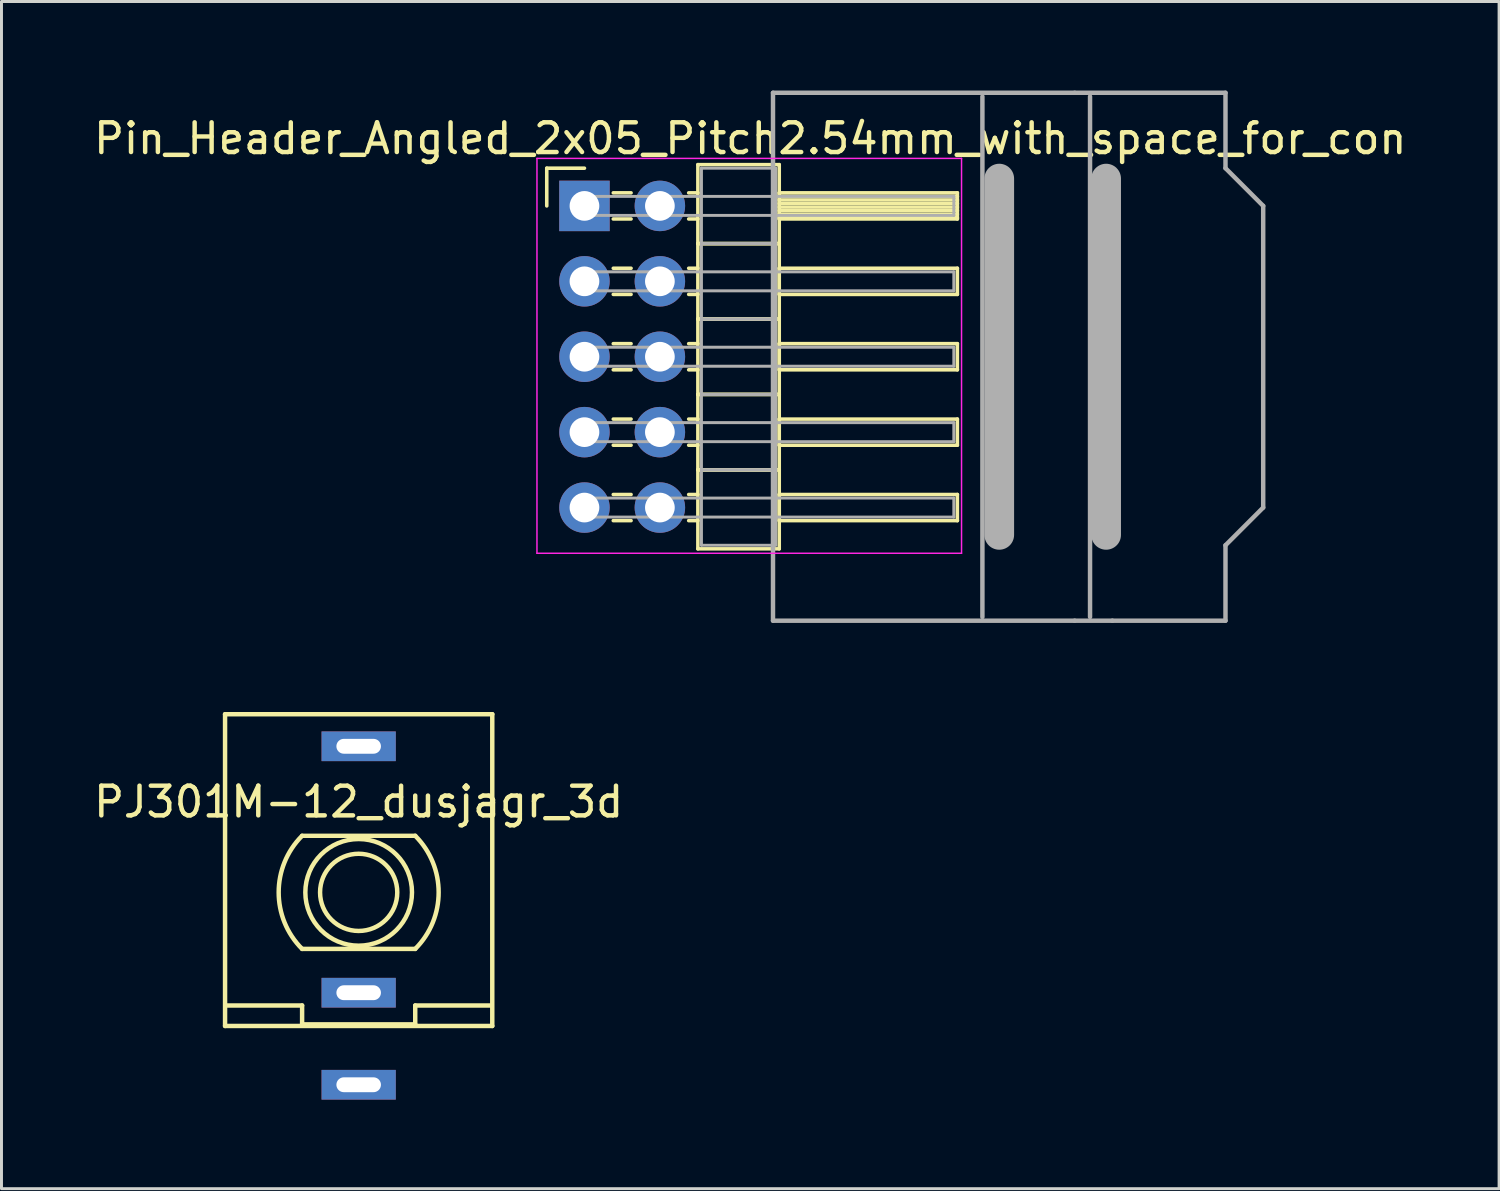
<source format=kicad_pcb>
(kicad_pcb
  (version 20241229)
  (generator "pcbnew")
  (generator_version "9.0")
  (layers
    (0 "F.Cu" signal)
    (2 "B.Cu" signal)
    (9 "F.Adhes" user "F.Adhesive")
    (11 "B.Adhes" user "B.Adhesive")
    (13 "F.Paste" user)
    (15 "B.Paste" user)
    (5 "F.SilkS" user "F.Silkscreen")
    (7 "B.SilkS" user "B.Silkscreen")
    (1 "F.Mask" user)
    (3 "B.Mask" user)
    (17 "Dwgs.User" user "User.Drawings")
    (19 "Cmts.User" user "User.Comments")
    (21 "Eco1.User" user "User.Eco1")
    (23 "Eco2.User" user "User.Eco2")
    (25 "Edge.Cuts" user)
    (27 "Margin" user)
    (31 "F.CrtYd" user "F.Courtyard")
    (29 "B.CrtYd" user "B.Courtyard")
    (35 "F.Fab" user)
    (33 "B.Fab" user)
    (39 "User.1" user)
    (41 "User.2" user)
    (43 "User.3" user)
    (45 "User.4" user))
  (footprint "Pin_Header_Angled_2x05_Pitch2.54mm_with_space_for_con"
    (layer "F.Cu")
    (at 17.905 8.965)
    (property "Reference" "Pin_Header_Angled_2x05_Pitch2.54mm_with_space_for_con" (at 4.315 -7.35 0) (layer "F.SilkS") (effects (font (size 1 1) (thickness 0.15))))
    (attr through_hole)
    (fp_line (start -2.54 -6.35) (end -1.27 -6.35) (stroke (width 0.12) (type solid)) (layer "F.SilkS"))
    (fp_line (start -2.54 -5.08) (end -2.54 -6.35) (stroke (width 0.12) (type solid)) (layer "F.SilkS"))
    (fp_line (start -0.3 -5.52) (end 0.3 -5.52) (stroke (width 0.12) (type solid)) (layer "F.SilkS"))
    (fp_line (start -0.3 -4.64) (end 0.3 -4.64) (stroke (width 0.12) (type solid)) (layer "F.SilkS"))
    (fp_line (start -0.3 -2.98) (end 0.3 -2.98) (stroke (width 0.12) (type solid)) (layer "F.SilkS"))
    (fp_line (start -0.3 -2.1) (end 0.3 -2.1) (stroke (width 0.12) (type solid)) (layer "F.SilkS"))
    (fp_line (start -0.3 -0.44) (end 0.3 -0.44) (stroke (width 0.12) (type solid)) (layer "F.SilkS"))
    (fp_line (start -0.3 0.44) (end 0.3 0.44) (stroke (width 0.12) (type solid)) (layer "F.SilkS"))
    (fp_line (start -0.3 2.1) (end 0.3 2.1) (stroke (width 0.12) (type solid)) (layer "F.SilkS"))
    (fp_line (start -0.3 2.98) (end 0.3 2.98) (stroke (width 0.12) (type solid)) (layer "F.SilkS"))
    (fp_line (start -0.3 4.64) (end 0.3 4.64) (stroke (width 0.12) (type solid)) (layer "F.SilkS"))
    (fp_line (start -0.3 5.52) (end 0.3 5.52) (stroke (width 0.12) (type solid)) (layer "F.SilkS"))
    (fp_line (start 2.24 -5.52) (end 2.55 -5.52) (stroke (width 0.12) (type solid)) (layer "F.SilkS"))
    (fp_line (start 2.24 -4.64) (end 2.55 -4.64) (stroke (width 0.12) (type solid)) (layer "F.SilkS"))
    (fp_line (start 2.24 -2.98) (end 2.55 -2.98) (stroke (width 0.12) (type solid)) (layer "F.SilkS"))
    (fp_line (start 2.24 -2.1) (end 2.55 -2.1) (stroke (width 0.12) (type solid)) (layer "F.SilkS"))
    (fp_line (start 2.24 -0.44) (end 2.55 -0.44) (stroke (width 0.12) (type solid)) (layer "F.SilkS"))
    (fp_line (start 2.24 0.44) (end 2.55 0.44) (stroke (width 0.12) (type solid)) (layer "F.SilkS"))
    (fp_line (start 2.24 2.1) (end 2.55 2.1) (stroke (width 0.12) (type solid)) (layer "F.SilkS"))
    (fp_line (start 2.24 2.98) (end 2.55 2.98) (stroke (width 0.12) (type solid)) (layer "F.SilkS"))
    (fp_line (start 2.24 4.64) (end 2.55 4.64) (stroke (width 0.12) (type solid)) (layer "F.SilkS"))
    (fp_line (start 2.24 5.52) (end 2.55 5.52) (stroke (width 0.12) (type solid)) (layer "F.SilkS"))
    (fp_line (start 2.55 -6.47) (end 2.55 -3.81) (stroke (width 0.12) (type solid)) (layer "F.SilkS"))
    (fp_line (start 2.55 -3.81) (end 2.55 -1.27) (stroke (width 0.12) (type solid)) (layer "F.SilkS"))
    (fp_line (start 2.55 -3.81) (end 5.29 -3.81) (stroke (width 0.12) (type solid)) (layer "F.SilkS"))
    (fp_line (start 2.55 -1.27) (end 2.55 1.27) (stroke (width 0.12) (type solid)) (layer "F.SilkS"))
    (fp_line (start 2.55 -1.27) (end 5.29 -1.27) (stroke (width 0.12) (type solid)) (layer "F.SilkS"))
    (fp_line (start 2.55 1.27) (end 2.55 3.81) (stroke (width 0.12) (type solid)) (layer "F.SilkS"))
    (fp_line (start 2.55 1.27) (end 5.29 1.27) (stroke (width 0.12) (type solid)) (layer "F.SilkS"))
    (fp_line (start 2.55 3.81) (end 2.55 6.47) (stroke (width 0.12) (type solid)) (layer "F.SilkS"))
    (fp_line (start 2.55 3.81) (end 5.29 3.81) (stroke (width 0.12) (type solid)) (layer "F.SilkS"))
    (fp_line (start 2.55 6.47) (end 5.29 6.47) (stroke (width 0.12) (type solid)) (layer "F.SilkS"))
    (fp_line (start 5.29 -6.47) (end 2.55 -6.47) (stroke (width 0.12) (type solid)) (layer "F.SilkS"))
    (fp_line (start 5.29 -5.52) (end 5.29 -4.64) (stroke (width 0.12) (type solid)) (layer "F.SilkS"))
    (fp_line (start 5.29 -5.4) (end 11.29 -5.4) (stroke (width 0.12) (type solid)) (layer "F.SilkS"))
    (fp_line (start 5.29 -5.28) (end 11.29 -5.28) (stroke (width 0.12) (type solid)) (layer "F.SilkS"))
    (fp_line (start 5.29 -5.16) (end 11.29 -5.16) (stroke (width 0.12) (type solid)) (layer "F.SilkS"))
    (fp_line (start 5.29 -5.04) (end 11.29 -5.04) (stroke (width 0.12) (type solid)) (layer "F.SilkS"))
    (fp_line (start 5.29 -4.92) (end 11.29 -4.92) (stroke (width 0.12) (type solid)) (layer "F.SilkS"))
    (fp_line (start 5.29 -4.8) (end 11.29 -4.8) (stroke (width 0.12) (type solid)) (layer "F.SilkS"))
    (fp_line (start 5.29 -4.68) (end 11.29 -4.68) (stroke (width 0.12) (type solid)) (layer "F.SilkS"))
    (fp_line (start 5.29 -4.64) (end 11.29 -4.64) (stroke (width 0.12) (type solid)) (layer "F.SilkS"))
    (fp_line (start 5.29 -3.81) (end 2.55 -3.81) (stroke (width 0.12) (type solid)) (layer "F.SilkS"))
    (fp_line (start 5.29 -3.81) (end 5.29 -6.47) (stroke (width 0.12) (type solid)) (layer "F.SilkS"))
    (fp_line (start 5.29 -2.98) (end 5.29 -2.1) (stroke (width 0.12) (type solid)) (layer "F.SilkS"))
    (fp_line (start 5.29 -2.1) (end 11.29 -2.1) (stroke (width 0.12) (type solid)) (layer "F.SilkS"))
    (fp_line (start 5.29 -1.27) (end 2.55 -1.27) (stroke (width 0.12) (type solid)) (layer "F.SilkS"))
    (fp_line (start 5.29 -1.27) (end 5.29 -3.81) (stroke (width 0.12) (type solid)) (layer "F.SilkS"))
    (fp_line (start 5.29 -0.44) (end 5.29 0.44) (stroke (width 0.12) (type solid)) (layer "F.SilkS"))
    (fp_line (start 5.29 0.44) (end 11.29 0.44) (stroke (width 0.12) (type solid)) (layer "F.SilkS"))
    (fp_line (start 5.29 1.27) (end 2.55 1.27) (stroke (width 0.12) (type solid)) (layer "F.SilkS"))
    (fp_line (start 5.29 1.27) (end 5.29 -1.27) (stroke (width 0.12) (type solid)) (layer "F.SilkS"))
    (fp_line (start 5.29 2.1) (end 5.29 2.98) (stroke (width 0.12) (type solid)) (layer "F.SilkS"))
    (fp_line (start 5.29 2.98) (end 11.29 2.98) (stroke (width 0.12) (type solid)) (layer "F.SilkS"))
    (fp_line (start 5.29 3.81) (end 2.55 3.81) (stroke (width 0.12) (type solid)) (layer "F.SilkS"))
    (fp_line (start 5.29 3.81) (end 5.29 1.27) (stroke (width 0.12) (type solid)) (layer "F.SilkS"))
    (fp_line (start 5.29 4.64) (end 5.29 5.52) (stroke (width 0.12) (type solid)) (layer "F.SilkS"))
    (fp_line (start 5.29 5.52) (end 11.29 5.52) (stroke (width 0.12) (type solid)) (layer "F.SilkS"))
    (fp_line (start 5.29 6.47) (end 5.29 3.81) (stroke (width 0.12) (type solid)) (layer "F.SilkS"))
    (fp_line (start 11.29 -5.52) (end 5.29 -5.52) (stroke (width 0.12) (type solid)) (layer "F.SilkS"))
    (fp_line (start 11.29 -4.64) (end 11.29 -5.52) (stroke (width 0.12) (type solid)) (layer "F.SilkS"))
    (fp_line (start 11.29 -2.98) (end 5.29 -2.98) (stroke (width 0.12) (type solid)) (layer "F.SilkS"))
    (fp_line (start 11.29 -2.1) (end 11.29 -2.98) (stroke (width 0.12) (type solid)) (layer "F.SilkS"))
    (fp_line (start 11.29 -0.44) (end 5.29 -0.44) (stroke (width 0.12) (type solid)) (layer "F.SilkS"))
    (fp_line (start 11.29 0.44) (end 11.29 -0.44) (stroke (width 0.12) (type solid)) (layer "F.SilkS"))
    (fp_line (start 11.29 2.1) (end 5.29 2.1) (stroke (width 0.12) (type solid)) (layer "F.SilkS"))
    (fp_line (start 11.29 2.98) (end 11.29 2.1) (stroke (width 0.12) (type solid)) (layer "F.SilkS"))
    (fp_line (start 11.29 4.64) (end 5.29 4.64) (stroke (width 0.12) (type solid)) (layer "F.SilkS"))
    (fp_line (start 11.29 5.52) (end 11.29 4.64) (stroke (width 0.12) (type solid)) (layer "F.SilkS"))
    (fp_line (start -2.87 -6.68) (end -2.87 6.62) (stroke (width 0.05) (type solid)) (layer "F.CrtYd"))
    (fp_line (start -2.87 6.62) (end 11.43 6.62) (stroke (width 0.05) (type solid)) (layer "F.CrtYd"))
    (fp_line (start 11.43 -6.68) (end -2.87 -6.68) (stroke (width 0.05) (type solid)) (layer "F.CrtYd"))
    (fp_line (start 11.43 6.62) (end 11.43 -6.68) (stroke (width 0.05) (type solid)) (layer "F.CrtYd"))
    (fp_line (start -1.27 -5.4) (end -1.27 -4.76) (stroke (width 0.1) (type solid)) (layer "F.Fab"))
    (fp_line (start -1.27 -4.76) (end 11.17 -4.76) (stroke (width 0.1) (type solid)) (layer "F.Fab"))
    (fp_line (start -1.27 -2.86) (end -1.27 -2.22) (stroke (width 0.1) (type solid)) (layer "F.Fab"))
    (fp_line (start -1.27 -2.22) (end 11.17 -2.22) (stroke (width 0.1) (type solid)) (layer "F.Fab"))
    (fp_line (start -1.27 -0.32) (end -1.27 0.32) (stroke (width 0.1) (type solid)) (layer "F.Fab"))
    (fp_line (start -1.27 0.32) (end 11.17 0.32) (stroke (width 0.1) (type solid)) (layer "F.Fab"))
    (fp_line (start -1.27 2.22) (end -1.27 2.86) (stroke (width 0.1) (type solid)) (layer "F.Fab"))
    (fp_line (start -1.27 2.86) (end 11.17 2.86) (stroke (width 0.1) (type solid)) (layer "F.Fab"))
    (fp_line (start -1.27 4.76) (end -1.27 5.4) (stroke (width 0.1) (type solid)) (layer "F.Fab"))
    (fp_line (start -1.27 5.4) (end 11.17 5.4) (stroke (width 0.1) (type solid)) (layer "F.Fab"))
    (fp_line (start 2.67 -6.35) (end 2.67 -3.81) (stroke (width 0.1) (type solid)) (layer "F.Fab"))
    (fp_line (start 2.67 -3.81) (end 2.67 -1.27) (stroke (width 0.1) (type solid)) (layer "F.Fab"))
    (fp_line (start 2.67 -3.81) (end 5.17 -3.81) (stroke (width 0.1) (type solid)) (layer "F.Fab"))
    (fp_line (start 2.67 -1.27) (end 2.67 1.27) (stroke (width 0.1) (type solid)) (layer "F.Fab"))
    (fp_line (start 2.67 -1.27) (end 5.17 -1.27) (stroke (width 0.1) (type solid)) (layer "F.Fab"))
    (fp_line (start 2.67 1.27) (end 2.67 3.81) (stroke (width 0.1) (type solid)) (layer "F.Fab"))
    (fp_line (start 2.67 1.27) (end 5.17 1.27) (stroke (width 0.1) (type solid)) (layer "F.Fab"))
    (fp_line (start 2.67 3.81) (end 2.67 6.35) (stroke (width 0.1) (type solid)) (layer "F.Fab"))
    (fp_line (start 2.67 3.81) (end 5.17 3.81) (stroke (width 0.1) (type solid)) (layer "F.Fab"))
    (fp_line (start 2.67 6.35) (end 5.17 6.35) (stroke (width 0.1) (type solid)) (layer "F.Fab"))
    (fp_line (start 5.08 -8.89) (end 5.08 8.89) (stroke (width 0.15) (type solid)) (layer "F.Fab"))
    (fp_line (start 5.08 8.89) (end 15.24 8.89) (stroke (width 0.15) (type solid)) (layer "F.Fab"))
    (fp_line (start 5.17 -6.35) (end 2.67 -6.35) (stroke (width 0.1) (type solid)) (layer "F.Fab"))
    (fp_line (start 5.17 -3.81) (end 2.67 -3.81) (stroke (width 0.1) (type solid)) (layer "F.Fab"))
    (fp_line (start 5.17 -3.81) (end 5.17 -6.35) (stroke (width 0.1) (type solid)) (layer "F.Fab"))
    (fp_line (start 5.17 -1.27) (end 2.67 -1.27) (stroke (width 0.1) (type solid)) (layer "F.Fab"))
    (fp_line (start 5.17 -1.27) (end 5.17 -3.81) (stroke (width 0.1) (type solid)) (layer "F.Fab"))
    (fp_line (start 5.17 1.27) (end 2.67 1.27) (stroke (width 0.1) (type solid)) (layer "F.Fab"))
    (fp_line (start 5.17 1.27) (end 5.17 -1.27) (stroke (width 0.1) (type solid)) (layer "F.Fab"))
    (fp_line (start 5.17 3.81) (end 2.67 3.81) (stroke (width 0.1) (type solid)) (layer "F.Fab"))
    (fp_line (start 5.17 3.81) (end 5.17 1.27) (stroke (width 0.1) (type solid)) (layer "F.Fab"))
    (fp_line (start 5.17 6.35) (end 5.17 3.81) (stroke (width 0.1) (type solid)) (layer "F.Fab"))
    (fp_line (start 11.17 -5.4) (end -1.27 -5.4) (stroke (width 0.1) (type solid)) (layer "F.Fab"))
    (fp_line (start 11.17 -4.76) (end 11.17 -5.4) (stroke (width 0.1) (type solid)) (layer "F.Fab"))
    (fp_line (start 11.17 -2.86) (end -1.27 -2.86) (stroke (width 0.1) (type solid)) (layer "F.Fab"))
    (fp_line (start 11.17 -2.22) (end 11.17 -2.86) (stroke (width 0.1) (type solid)) (layer "F.Fab"))
    (fp_line (start 11.17 -0.32) (end -1.27 -0.32) (stroke (width 0.1) (type solid)) (layer "F.Fab"))
    (fp_line (start 11.17 0.32) (end 11.17 -0.32) (stroke (width 0.1) (type solid)) (layer "F.Fab"))
    (fp_line (start 11.17 2.22) (end -1.27 2.22) (stroke (width 0.1) (type solid)) (layer "F.Fab"))
    (fp_line (start 11.17 2.86) (end 11.17 2.22) (stroke (width 0.1) (type solid)) (layer "F.Fab"))
    (fp_line (start 11.17 4.76) (end -1.27 4.76) (stroke (width 0.1) (type solid)) (layer "F.Fab"))
    (fp_line (start 11.17 5.4) (end 11.17 4.76) (stroke (width 0.1) (type solid)) (layer "F.Fab"))
    (fp_line (start 12.133 -8.765) (end 12.133 8.765) (stroke (width 0.15) (type solid)) (layer "F.Fab"))
    (fp_line (start 12.7 -6) (end 12.7 6) (stroke (width 1) (type solid)) (layer "F.Fab"))
    (fp_line (start 15.24 -8.89) (end 5.08 -8.89) (stroke (width 0.15) (type solid)) (layer "F.Fab"))
    (fp_line (start 15.24 -8.89) (end 20.32 -8.89) (stroke (width 0.15) (type solid)) (layer "F.Fab"))
    (fp_line (start 15.758 -8.765) (end 15.758 8.765) (stroke (width 0.15) (type solid)) (layer "F.Fab"))
    (fp_line (start 16.3 -6) (end 16.3 6) (stroke (width 1) (type solid)) (layer "F.Fab"))
    (fp_line (start 16.51 8.89) (end 15.24 8.89) (stroke (width 0.15) (type solid)) (layer "F.Fab"))
    (fp_line (start 20.32 -8.89) (end 20.32 -6.35) (stroke (width 0.15) (type solid)) (layer "F.Fab"))
    (fp_line (start 20.32 -6.35) (end 21.59 -5.08) (stroke (width 0.15) (type solid)) (layer "F.Fab"))
    (fp_line (start 20.32 6.35) (end 20.32 8.89) (stroke (width 0.15) (type solid)) (layer "F.Fab"))
    (fp_line (start 20.32 8.89) (end 16.51 8.89) (stroke (width 0.15) (type solid)) (layer "F.Fab"))
    (fp_line (start 21.59 -5.08) (end 21.59 5.08) (stroke (width 0.15) (type solid)) (layer "F.Fab"))
    (fp_line (start 21.59 5.08) (end 20.32 6.35) (stroke (width 0.15) (type solid)) (layer "F.Fab"))
    (pad "1" thru_hole rect (at -1.27 -5.08) (size 1.7 1.7) (drill 1) (layers "*.Cu" "*.Mask"))
    (pad "2" thru_hole oval (at 1.27 -5.08) (size 1.7 1.7) (drill 1) (layers "*.Cu" "*.Mask"))
    (pad "3" thru_hole oval (at -1.27 -2.54) (size 1.7 1.7) (drill 1) (layers "*.Cu" "*.Mask"))
    (pad "4" thru_hole oval (at 1.27 -2.54) (size 1.7 1.7) (drill 1) (layers "*.Cu" "*.Mask"))
    (pad "5" thru_hole oval (at -1.27 0) (size 1.7 1.7) (drill 1) (layers "*.Cu" "*.Mask"))
    (pad "6" thru_hole oval (at 1.27 0) (size 1.7 1.7) (drill 1) (layers "*.Cu" "*.Mask"))
    (pad "7" thru_hole oval (at -1.27 2.54) (size 1.7 1.7) (drill 1) (layers "*.Cu" "*.Mask"))
    (pad "8" thru_hole oval (at 1.27 2.54) (size 1.7 1.7) (drill 1) (layers "*.Cu" "*.Mask"))
    (pad "9" thru_hole oval (at -1.27 5.08) (size 1.7 1.7) (drill 1) (layers "*.Cu" "*.Mask"))
    (pad "10" thru_hole oval (at 1.27 5.08) (size 1.7 1.7) (drill 1) (layers "*.Cu" "*.Mask")))
  (footprint "PJ301M-12_dusjagr_3d"
    (layer "F.Cu")
    (at 9.03 27.005)
    (property "Reference" "PJ301M-12_dusjagr_3d" (at 0 -3.048 0) (layer "F.SilkS") (effects (font (size 1 1) (thickness 0.15))))
    (attr through_hole)
    (fp_line (start -4.5 -6) (end -4.5 4.5) (stroke (width 0.15) (type solid)) (layer "F.SilkS"))
    (fp_line (start -4.5 -6) (end 4.5 -6) (stroke (width 0.15) (type solid)) (layer "F.SilkS"))
    (fp_line (start -4.5 4.5) (end 4.5 4.5) (stroke (width 0.15) (type solid)) (layer "F.SilkS"))
    (fp_line (start -4.445 3.81) (end -1.905 3.81) (stroke (width 0.15) (type solid)) (layer "F.SilkS"))
    (fp_line (start -1.905 -1.905) (end 1.905 -1.905) (stroke (width 0.15) (type solid)) (layer "F.SilkS"))
    (fp_line (start -1.905 3.81) (end -1.905 4.445) (stroke (width 0.15) (type solid)) (layer "F.SilkS"))
    (fp_line (start -1.905 4.445) (end 1.905 4.445) (stroke (width 0.15) (type solid)) (layer "F.SilkS"))
    (fp_line (start 1.905 1.905) (end -1.905 1.905) (stroke (width 0.15) (type solid)) (layer "F.SilkS"))
    (fp_line (start 1.905 3.81) (end 4.445 3.81) (stroke (width 0.15) (type solid)) (layer "F.SilkS"))
    (fp_line (start 1.905 4.445) (end 1.905 3.81) (stroke (width 0.15) (type solid)) (layer "F.SilkS"))
    (fp_line (start 4.5 -6) (end 4.5 4.5) (stroke (width 0.15) (type solid)) (layer "F.SilkS"))
    (fp_arc (start -1.905 1.905) (mid -2.694077 0) (end -1.905 -1.905) (stroke (width 0.15) (type solid)) (layer "F.SilkS"))
    (fp_arc (start 1.905 -1.905) (mid 2.694077 0) (end 1.905 1.905) (stroke (width 0.15) (type solid)) (layer "F.SilkS"))
    (fp_circle (center 0 0) (end 1.27 1.27) (stroke (width 0.15) (type solid)) (fill no) (layer "F.SilkS"))
    (fp_circle (center 0 0) (end 1.3 0) (stroke (width 0.15) (type solid)) (fill no) (layer "F.SilkS"))
    (pad "1" thru_hole rect (at 0 -4.92) (size 2.5 1) (drill oval 1.5 0.5) (layers "*.Cu" "*.Mask"))
    (pad "2" thru_hole rect (at 0 3.38) (size 2.5 1) (drill oval 1.5 0.5) (layers "*.Cu" "*.Mask"))
    (pad "3" thru_hole rect (at 0 6.48) (size 2.5 1) (drill oval 1.5 0.5) (layers "*.Cu" "*.Mask")))
  (gr_rect
    (start -3 -3)
    (end 47.44 36.985)
    (stroke (width 0.1) (type default))
    (fill no)
    (layer "Edge.Cuts")))
</source>
